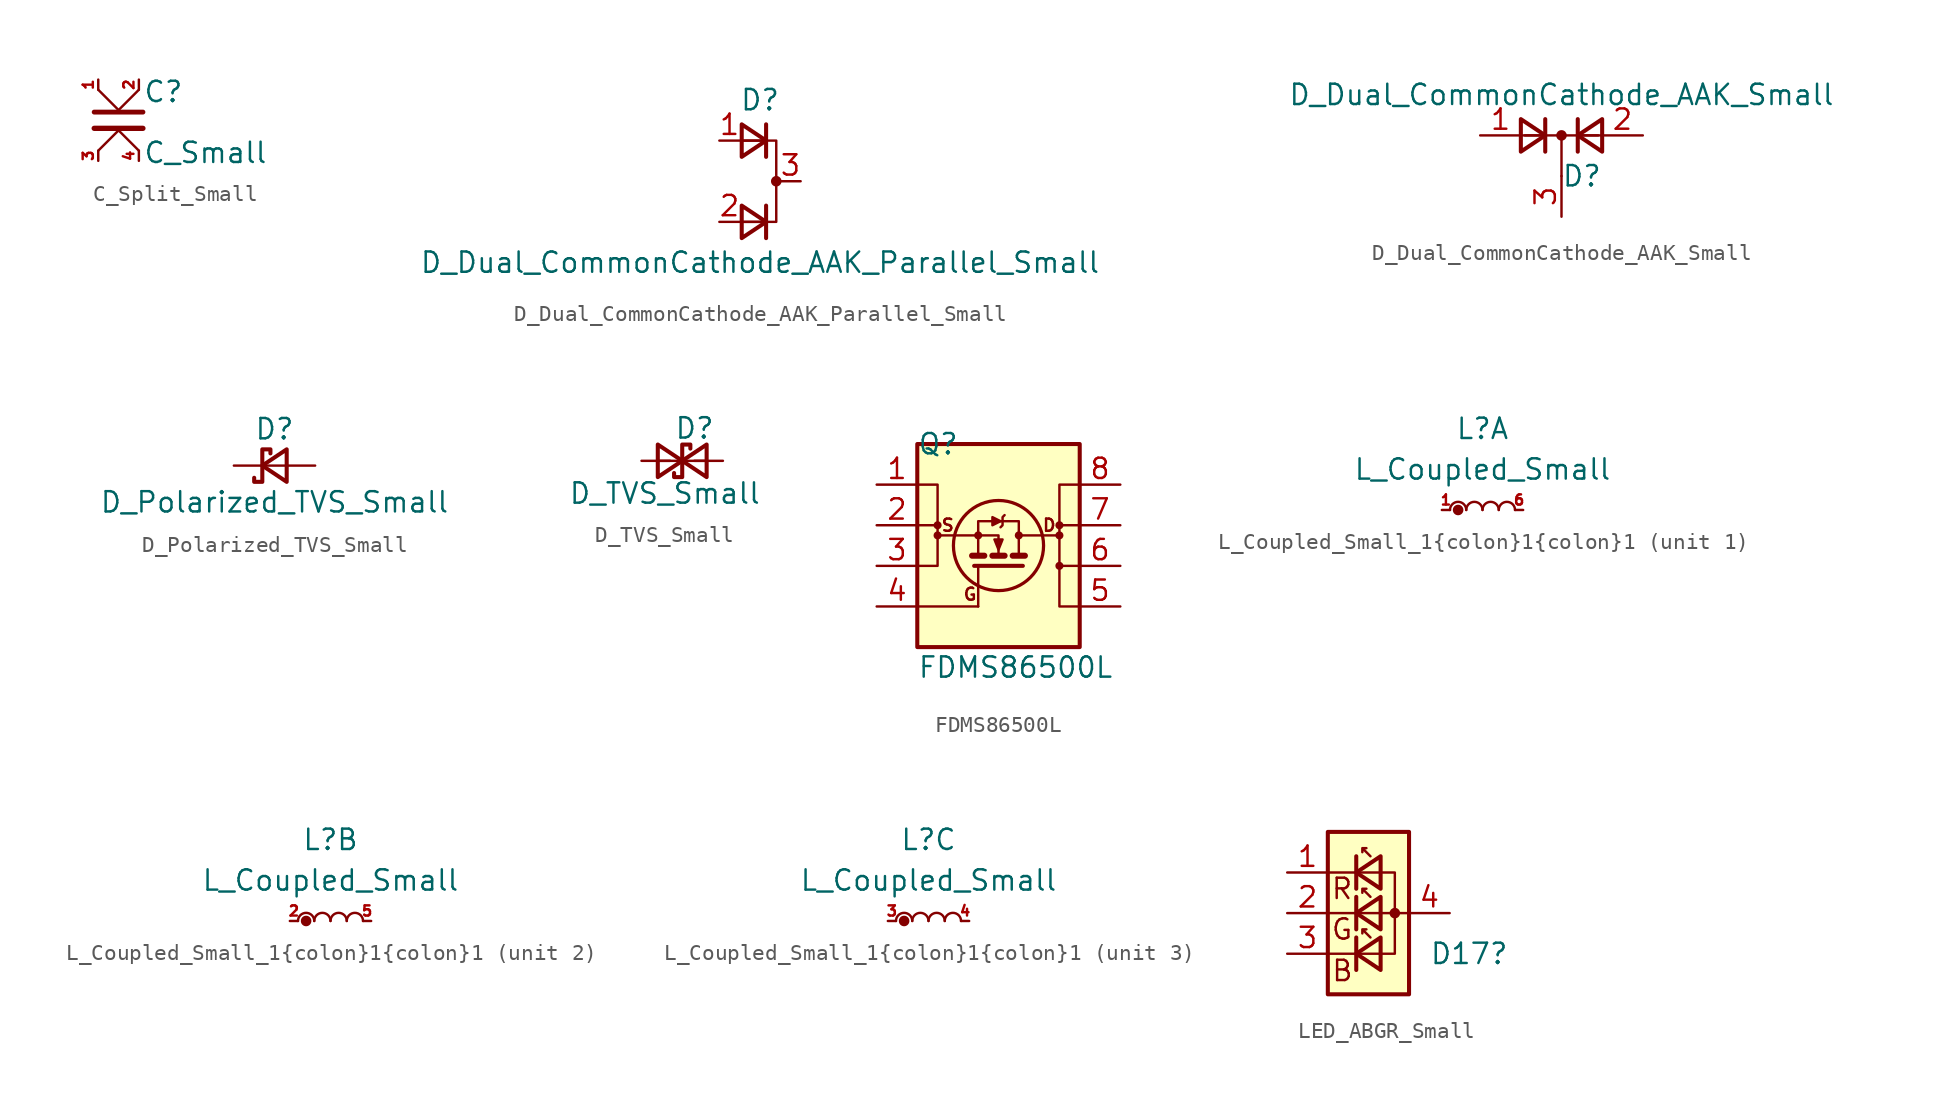
<source format=kicad_sym>
(kicad_symbol_lib
  (version 20220914)
  (generator kicad_symbol_editor)
  (symbol "C_Split_Small"
    (pin_names
      (offset 0.254) hide)
    (property "Reference" "C"
      (at 2.794 1.778 0)
      (effects (font (size 1.27 1.27)) (justify left)))
    (property "Value" "C_Small"
      (at 2.794 -2.032 0)
      (effects (font (size 1.27 1.27)) (justify left)))
    (symbol "C_Split_Small_0_1"
      (polyline (pts (xy -0.254 -0.508) (xy 2.794 -0.508)) (stroke (width 0.33) (type default)) (fill (type none)))
      (polyline (pts (xy -0.254 0.508) (xy 2.794 0.508)) (stroke (width 0.305) (type default)) (fill (type none)))
      (polyline (pts (xy 0 -1.905) (xy 1.27 -0.635)) (stroke (width 0) (type default)) (fill (type none)))
      (polyline (pts (xy 1.27 -0.635) (xy 2.54 -1.905)) (stroke (width 0) (type default)) (fill (type none)))
      (polyline (pts (xy 1.27 0.635) (xy 0 1.905)) (stroke (width 0) (type default)) (fill (type none)))
      (polyline (pts (xy 2.54 1.905) (xy 1.27 0.635)) (stroke (width 0) (type default)) (fill (type none))))
    (symbol "C_Split_Small_1_1"
      (pin passive line (at 0 2.54 270) (length 0.635) (name "~" (effects (font (size 0.635 0.635)))) (number "1" (effects (font (size 0.635 0.635)))))
      (pin passive line (at 2.54 2.54 270) (length 0.635) (name "~" (effects (font (size 0.635 0.635)))) (number "2" (effects (font (size 0.635 0.635)))))
      (pin passive line (at 0 -2.54 90) (length 0.635) (name "~" (effects (font (size 0.635 0.635)))) (number "3" (effects (font (size 0.635 0.635)))))
      (pin passive line (at 2.54 -2.54 90) (length 0.635) (name "~" (effects (font (size 0.635 0.635)))) (number "4" (effects (font (size 0.635 0.635)))))))
  (symbol "D_Dual_CommonCathode_AAK_Parallel_Small"
    (pin_names
      (offset 0.762) hide)
    (property "Reference" "D"
      (at 0 5.08 0)
      (effects (font (size 1.27 1.27))))
    (property "Value" "D_Dual_CommonCathode_AAK_Parallel_Small"
      (at 0 -5.08 0)
      (effects (font (size 1.27 1.27))))
    (symbol "D_Dual_CommonCathode_AAK_Parallel_Small_0_1"
      (polyline (pts (xy 0.381 -2.54) (xy -1.143 -2.54)) (stroke (width 0) (type default)) (fill (type none)))
      (polyline (pts (xy 0.381 -1.524) (xy 0.381 -3.556)) (stroke (width 0.254) (type default)) (fill (type none)))
      (polyline (pts (xy 0.381 2.54) (xy -1.143 2.54)) (stroke (width 0) (type default)) (fill (type none)))
      (polyline (pts (xy 0.381 3.556) (xy 0.381 1.524)) (stroke (width 0.254) (type default)) (fill (type none)))
      (polyline (pts (xy -1.143 -2.54) (xy 1.016 -2.54) (xy 1.016 2.54) (xy -1.143 2.54)) (stroke (width 0) (type default)) (fill (type none)))
      (polyline (pts (xy -1.143 -1.524) (xy 0.381 -2.54) (xy -1.143 -3.556) (xy -1.143 -1.524)) (stroke (width 0.254) (type default)) (fill (type none)))
      (polyline (pts (xy -1.143 3.556) (xy 0.381 2.54) (xy -1.143 1.524) (xy -1.143 3.556)) (stroke (width 0.254) (type default)) (fill (type none)))
      (circle (center 1.016 0) (radius 0.254) (stroke (width 0) (type default)) (fill (type outline))))
    (symbol "D_Dual_CommonCathode_AAK_Parallel_Small_1_1"
      (pin passive line (at -2.54 2.54 0) (length 1.27) (name "K" (effects (font (size 1.27 1.27)))) (number "1" (effects (font (size 1.27 1.27)))))
      (pin passive line (at -2.54 -2.54 0) (length 1.27) (name "K" (effects (font (size 1.27 1.27)))) (number "2" (effects (font (size 1.27 1.27)))))
      (pin passive line (at 2.54 0 180) (length 1.27) (name "A" (effects (font (size 1.27 1.27)))) (number "3" (effects (font (size 1.27 1.27)))))))
  (symbol "D_Dual_CommonCathode_AAK_Small"
    (pin_names
      (offset 0.762) hide)
    (property "Reference" "D"
      (at 1.27 -2.54 0)
      (effects (font (size 1.27 1.27))))
    (property "Value" "D_Dual_CommonCathode_AAK_Small"
      (at 0 2.54 0)
      (effects (font (size 1.27 1.27))))
    (symbol "D_Dual_CommonCathode_AAK_Small_0_1"
      (polyline (pts (xy -2.286 0) (xy 2.286 0)) (stroke (width 0) (type default)) (fill (type none)))
      (polyline (pts (xy -1.016 0) (xy -2.54 0)) (stroke (width 0) (type default)) (fill (type none)))
      (polyline (pts (xy -1.016 1.016) (xy -1.016 -1.016)) (stroke (width 0.254) (type default)) (fill (type none)))
      (polyline (pts (xy 0 0) (xy 0 -2.54)) (stroke (width 0) (type default)) (fill (type none)))
      (polyline (pts (xy 1.016 -1.016) (xy 1.016 1.016)) (stroke (width 0.254) (type default)) (fill (type none)))
      (polyline (pts (xy 1.016 0) (xy 2.54 0)) (stroke (width 0) (type default)) (fill (type none)))
      (polyline (pts (xy -2.54 1.016) (xy -1.016 0) (xy -2.54 -1.016) (xy -2.54 1.016)) (stroke (width 0.254) (type default)) (fill (type none)))
      (polyline (pts (xy 2.54 -1.016) (xy 1.016 0) (xy 2.54 1.016) (xy 2.54 -1.016)) (stroke (width 0.254) (type default)) (fill (type none)))
      (circle (center 0 0) (radius 0.254) (stroke (width 0) (type default)) (fill (type outline)))
      (pin passive line (at 0 -5.08 90) (length 2.54) (name "K" (effects (font (size 1.27 1.27)))) (number "3" (effects (font (size 1.27 1.27))))))
    (symbol "D_Dual_CommonCathode_AAK_Small_1_1"
      (pin passive line (at -5.08 0 0) (length 2.54) (name "A" (effects (font (size 1.27 1.27)))) (number "1" (effects (font (size 1.27 1.27)))))
      (pin passive line (at 5.08 0 180) (length 2.54) (name "A" (effects (font (size 1.27 1.27)))) (number "2" (effects (font (size 1.27 1.27)))))))
  (symbol "D_Polarized_TVS_Small"
    (pin_numbers hide)
    (pin_names
      (offset 0.254) hide)
    (property "Reference" "D"
      (at 0 2.286 0)
      (effects (font (size 1.27 1.27))))
    (property "Value" "D_Polarized_TVS_Small"
      (at 0 -2.286 0)
      (effects (font (size 1.27 1.27))))
    (symbol "D_Polarized_TVS_Small_0_1"
      (polyline (pts (xy 0.762 0) (xy -0.762 0)) (stroke (width 0) (type default)) (fill (type none)))
      (polyline (pts (xy 0.762 1.016) (xy -0.762 0) (xy 0.762 -1.016) (xy 0.762 1.016)) (stroke (width 0.254) (type default)) (fill (type none)))
      (polyline (pts (xy -1.27 -0.762) (xy -1.27 -1.016) (xy -0.762 -1.016) (xy -0.762 1.016) (xy -0.254 1.016) (xy -0.254 0.762)) (stroke (width 0.254) (type default)) (fill (type none))))
    (symbol "D_Polarized_TVS_Small_1_1"
      (pin passive line (at -2.54 0 0) (length 1.778) (name "K" (effects (font (size 1.27 1.27)))) (number "1" (effects (font (size 1.27 1.27)))))
      (pin passive line (at 2.54 0 180) (length 1.778) (name "A" (effects (font (size 1.27 1.27)))) (number "2" (effects (font (size 1.27 1.27)))))))
  (symbol "D_TVS_Small"
    (pin_numbers hide)
    (pin_names
      (offset 0.254) hide)
    (property "Reference" "D"
      (at -0.508 2.032 0)
      (effects (font (size 1.27 1.27)) (justify left)))
    (property "Value" "D_TVS_Small"
      (at -7.112 -2.032 0)
      (effects (font (size 1.27 1.27)) (justify left)))
    (symbol "D_TVS_Small_0_1"
      (polyline (pts (xy -1.524 0) (xy 0 0)) (stroke (width 0) (type default)) (fill (type none)))
      (polyline (pts (xy 0 0) (xy 1.524 0)) (stroke (width 0) (type default)) (fill (type none)))
      (polyline (pts (xy -1.524 1.016) (xy 0 0) (xy -1.524 -1.016) (xy -1.524 1.016)) (stroke (width 0.254) (type default)) (fill (type none)))
      (polyline (pts (xy 1.524 -1.016) (xy 0 0) (xy 1.524 1.016) (xy 1.524 -1.016)) (stroke (width 0.254) (type default)) (fill (type none)))
      (polyline (pts (xy 0.508 0.762) (xy 0.508 1.016) (xy 0 1.016) (xy 0 -1.016) (xy -0.508 -1.016) (xy -0.508 -0.762)) (stroke (width 0.254) (type default)) (fill (type none))))
    (symbol "D_TVS_Small_1_1"
      (pin passive line (at -2.54 0 0) (length 1.778) (name "K" (effects (font (size 1.27 1.27)))) (number "1" (effects (font (size 1.27 1.27)))))
      (pin passive line (at 2.54 0 180) (length 1.778) (name "A" (effects (font (size 1.27 1.27)))) (number "2" (effects (font (size 1.27 1.27)))))))
  (symbol "FDMS86500L"
    (pin_names
      (offset 0) hide)
    (property "Reference" "Q"
      (at -5.08 7.62 0)
      (effects (font (size 1.27 1.27)) (justify left)))
    (property "Value" "FDMS86500L"
      (at -5.08 -6.35 0)
      (effects (font (size 1.27 1.27)) (justify left)))
    (symbol "FDMS86500L_0_0"
      (circle (center -3.81 1.905) (radius 0.127) (stroke (width 0.254) (type default)) (fill (type none)))
      (circle (center -1.27 1.905) (radius 0.127) (stroke (width 0.254) (type default)) (fill (type none)))
      (polyline (pts (xy -5.08 2.54) (xy -3.81 2.54)) (stroke (width 0) (type default)) (fill (type none)))
      (polyline (pts (xy -1.27 1.905) (xy -3.81 1.905)) (stroke (width 0) (type default)) (fill (type none)))
      (polyline (pts (xy 5.08 2.54) (xy 3.81 2.54)) (stroke (width 0) (type default)) (fill (type none)))
      (polyline (pts (xy -1.27 0.635) (xy -1.27 2.794) (xy 1.27 2.794) (xy 1.27 0.635)) (stroke (width 0) (type default)) (fill (type none)))
      (polyline (pts (xy 0.127 2.794) (xy -0.381 3.048) (xy -0.381 2.54) (xy 0.127 2.794)) (stroke (width 0) (type default)) (fill (type outline)))
      (polyline (pts (xy 0.381 3.175) (xy 0.254 3.048) (xy 0.254 2.54) (xy 0.127 2.413)) (stroke (width 0) (type default)) (fill (type none)))
      (circle (center 1.27 1.905) (radius 0.127) (stroke (width 0.254) (type default)) (fill (type none)))
      (circle (center 3.81 1.905) (radius 0.127) (stroke (width 0.254) (type default)) (fill (type none)))
      (text "D" (at 3.175 2.54 0) (effects (font (size 0.762 0.762))))
      (text "G" (at -1.778 -1.778 0) (effects (font (size 0.762 0.762))))
      (text "S" (at -3.175 2.54 0) (effects (font (size 0.762 0.762)))))
    (symbol "FDMS86500L_0_1"
      (rectangle (start -5.08 7.62) (end 5.08 -5.08) (stroke (width 0.254) (type default)) (fill (type background)))
      (circle (center -3.81 2.54) (radius 0.127) (stroke (width 0.254) (type default)) (fill (type none)))
      (polyline (pts (xy -5.08 -2.54) (xy -1.27 -2.54)) (stroke (width 0) (type default)) (fill (type none)))
      (polyline (pts (xy -1.651 0.635) (xy -0.889 0.635)) (stroke (width 0.381) (type default)) (fill (type none)))
      (polyline (pts (xy -1.27 -2.54) (xy -1.27 0)) (stroke (width 0) (type default)) (fill (type none)))
      (polyline (pts (xy -0.381 0.635) (xy 0.381 0.635)) (stroke (width 0.381) (type default)) (fill (type none)))
      (polyline (pts (xy 0.889 0.635) (xy 1.651 0.635)) (stroke (width 0.381) (type default)) (fill (type none)))
      (polyline (pts (xy 1.27 1.905) (xy 3.81 1.905)) (stroke (width 0) (type default)) (fill (type none)))
      (polyline (pts (xy 5.08 0) (xy 3.81 0)) (stroke (width 0) (type default)) (fill (type none)))
      (polyline (pts (xy -1.524 0) (xy 1.524 0) (xy 1.524 0)) (stroke (width 0.254) (type default)) (fill (type none)))
      (polyline (pts (xy 0 0.635) (xy 0 1.905) (xy -1.27 1.905)) (stroke (width 0) (type default)) (fill (type none)))
      (polyline (pts (xy -5.08 0) (xy -3.81 0) (xy -3.81 5.08) (xy -5.08 5.08)) (stroke (width 0) (type default)) (fill (type none)))
      (polyline (pts (xy -0.254 1.651) (xy 0.254 1.651) (xy 0 1.016) (xy -0.254 1.651)) (stroke (width 0) (type default)) (fill (type outline)))
      (polyline (pts (xy 5.08 5.08) (xy 3.81 5.08) (xy 3.81 -2.54) (xy 5.08 -2.54)) (stroke (width 0) (type default)) (fill (type none)))
      (circle (center 0 1.27) (radius 2.819) (stroke (width 0.203) (type default)) (fill (type none)))
      (circle (center 3.81 0) (radius 0.127) (stroke (width 0.254) (type default)) (fill (type none)))
      (circle (center 3.81 2.54) (radius 0.127) (stroke (width 0.254) (type default)) (fill (type none))))
    (symbol "FDMS86500L_1_1"
      (pin passive line (at -7.62 5.08 0) (length 2.54) (name "S" (effects (font (size 1.27 1.27)))) (number "1" (effects (font (size 1.27 1.27)))))
      (pin passive line (at -7.62 2.54 0) (length 2.54) (name "S" (effects (font (size 1.27 1.27)))) (number "2" (effects (font (size 1.27 1.27)))))
      (pin passive line (at -7.62 0 0) (length 2.54) (name "S" (effects (font (size 1.27 1.27)))) (number "3" (effects (font (size 1.27 1.27)))))
      (pin passive line (at -7.62 -2.54 0) (length 2.54) (name "G" (effects (font (size 1.27 1.27)))) (number "4" (effects (font (size 1.27 1.27)))))
      (pin passive line (at 7.62 -2.54 180) (length 2.54) (name "D" (effects (font (size 1.27 1.27)))) (number "5" (effects (font (size 1.27 1.27)))))
      (pin passive line (at 7.62 0 180) (length 2.54) (name "D" (effects (font (size 1.27 1.27)))) (number "6" (effects (font (size 1.27 1.27)))))
      (pin passive line (at 7.62 2.54 180) (length 2.54) (name "D" (effects (font (size 1.27 1.27)))) (number "7" (effects (font (size 1.27 1.27)))))
      (pin passive line (at 7.62 5.08 180) (length 2.54) (name "D" (effects (font (size 1.27 1.27)))) (number "8" (effects (font (size 1.27 1.27)))))))
  (symbol "L_Coupled_Small_1{colon}1{colon}1"
    (pin_names
      (offset 0.254) hide)
    (property "Reference" "L"
      (at 0 5.08 0)
      (effects (font (size 1.27 1.27))))
    (property "Value" "L_Coupled_Small"
      (at 0 2.54 0)
      (effects (font (size 1.27 1.27))))
    (property "ki_locked" ""
      (at 0 0 0)
      (effects (font (size 1.27 1.27))))
    (symbol "L_Coupled_Small_1{colon}1{colon}1_0_1"
      (circle (center -1.524 0) (radius 0.254) (stroke (width 0) (type default)) (fill (type outline)))
      (arc (start -1.016 0) (mid -1.524 0.5058) (end -2.032 0) (stroke (width 0) (type default)) (fill (type none)))
      (arc (start 0 0) (mid -0.508 0.5058) (end -1.016 0) (stroke (width 0) (type default)) (fill (type none)))
      (arc (start 1.016 0) (mid 0.508 0.5058) (end 0 0) (stroke (width 0) (type default)) (fill (type none)))
      (arc (start 2.032 0) (mid 1.524 0.5058) (end 1.016 0) (stroke (width 0) (type default)) (fill (type none))))
    (symbol "L_Coupled_Small_1{colon}1{colon}1_1_1"
      (pin passive line (at -2.54 0 0) (length 0.508) (name "P_1" (effects (font (size 0.635 0.635)))) (number "1" (effects (font (size 0.635 0.635)))))
      (pin passive line (at 2.54 0 180) (length 0.508) (name "S_1" (effects (font (size 0.635 0.635)))) (number "6" (effects (font (size 0.635 0.635))))))
    (symbol "L_Coupled_Small_1{colon}1{colon}1_2_1"
      (pin passive line (at -2.54 0 0) (length 0.508) (name "S_3" (effects (font (size 0.635 0.635)))) (number "2" (effects (font (size 0.635 0.635)))))
      (pin passive line (at 2.54 0 180) (length 0.508) (name "P_3" (effects (font (size 0.635 0.635)))) (number "5" (effects (font (size 0.635 0.635))))))
    (symbol "L_Coupled_Small_1{colon}1{colon}1_3_1"
      (pin passive line (at -2.54 0 0) (length 0.508) (name "P_2" (effects (font (size 0.635 0.635)))) (number "3" (effects (font (size 0.635 0.635)))))
      (pin passive line (at 2.54 0 180) (length 0.508) (name "S_2" (effects (font (size 0.635 0.635)))) (number "4" (effects (font (size 0.635 0.635)))))))
  (symbol "LED_ABGR_Small"
    (pin_names
      (offset 0) hide)
    (property "Reference" "D17"
      (at 3.81 -2.54 0)
      (effects (font (size 1.27 1.27)) (justify left)))
    (property "Value" ""
      (at 3.81 -5.08 0)
      (effects (font (size 1.27 1.27)) (justify left)))
    (symbol "LED_ABGR_Small_0_0"
      (text "B" (at -1.626 -3.607 0) (effects (font (size 1.27 1.27))))
      (text "G" (at -1.651 -1.016 0) (effects (font (size 1.27 1.27))))
      (text "R" (at -1.651 1.524 0) (effects (font (size 1.27 1.27)))))
    (symbol "LED_ABGR_Small_0_1"
      (rectangle (start -2.54 5.08) (end 2.54 -5.08) (stroke (width 0.254) (type default)) (fill (type background)))
      (polyline (pts (xy -2.54 0) (xy 2.54 0)) (stroke (width 0) (type default)) (fill (type none)))
      (polyline (pts (xy -0.762 -3.556) (xy -0.762 -1.524)) (stroke (width 0.254) (type default)) (fill (type none)))
      (polyline (pts (xy -0.762 -1.016) (xy -0.762 1.016)) (stroke (width 0.254) (type default)) (fill (type none)))
      (polyline (pts (xy -0.762 1.524) (xy -0.762 3.556)) (stroke (width 0.254) (type default)) (fill (type none)))
      (polyline (pts (xy -2.54 -2.54) (xy 1.651 -2.54) (xy 1.651 2.54) (xy -2.54 2.54)) (stroke (width 0) (type default)) (fill (type none)))
      (polyline (pts (xy 0.762 -3.556) (xy -0.762 -2.54) (xy 0.762 -1.524) (xy 0.762 -3.556)) (stroke (width 0.254) (type default)) (fill (type none)))
      (polyline (pts (xy 0.762 -1.016) (xy -0.762 0) (xy 0.762 1.016) (xy 0.762 -1.016)) (stroke (width 0.254) (type default)) (fill (type none)))
      (polyline (pts (xy 0.762 1.524) (xy -0.762 2.54) (xy 0.762 3.556) (xy 0.762 1.524)) (stroke (width 0.254) (type default)) (fill (type none)))
      (polyline (pts (xy 0.127 -1.524) (xy -0.381 -1.016) (xy -0.127 -1.016) (xy -0.381 -1.016) (xy -0.381 -1.27)) (stroke (width 0) (type default)) (fill (type none)))
      (polyline (pts (xy 0.127 1.016) (xy -0.381 1.524) (xy -0.127 1.524) (xy -0.381 1.524) (xy -0.381 1.27)) (stroke (width 0) (type default)) (fill (type none)))
      (polyline (pts (xy 0.127 3.556) (xy -0.381 4.064) (xy -0.127 4.064) (xy -0.381 4.064) (xy -0.381 3.81)) (stroke (width 0) (type default)) (fill (type none)))
      (circle (center 1.651 0) (radius 0.254) (stroke (width 0) (type default)) (fill (type outline))))
    (symbol "LED_ABGR_Small_1_1"
      (pin passive line (at -5.08 2.54 0) (length 2.54) (name "RK" (effects (font (size 1.27 1.27)))) (number "1" (effects (font (size 1.27 1.27)))))
      (pin passive line (at -5.08 0 0) (length 2.54) (name "GK" (effects (font (size 1.27 1.27)))) (number "2" (effects (font (size 1.27 1.27)))))
      (pin passive line (at -5.08 -2.54 0) (length 2.54) (name "BK" (effects (font (size 1.27 1.27)))) (number "3" (effects (font (size 1.27 1.27)))))
      (pin passive line (at 5.08 0 180) (length 2.54) (name "A" (effects (font (size 1.27 1.27)))) (number "4" (effects (font (size 1.27 1.27))))))))
</source>
